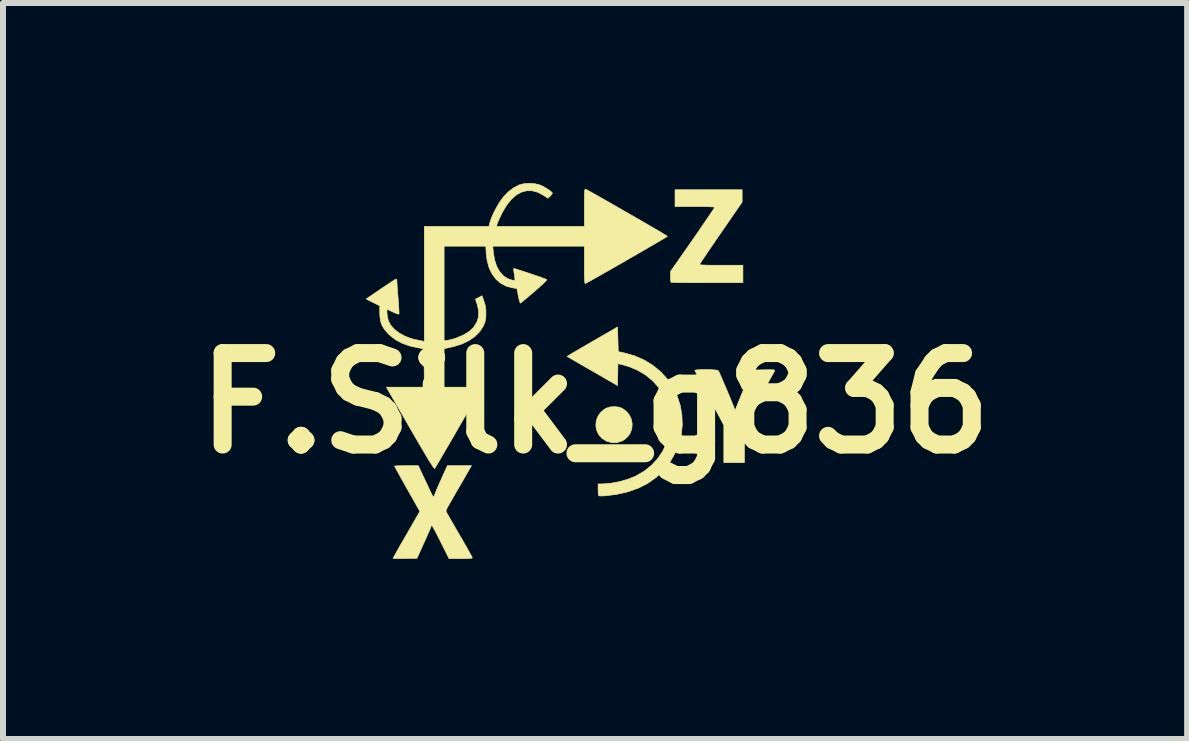
<source format=kicad_pcb>
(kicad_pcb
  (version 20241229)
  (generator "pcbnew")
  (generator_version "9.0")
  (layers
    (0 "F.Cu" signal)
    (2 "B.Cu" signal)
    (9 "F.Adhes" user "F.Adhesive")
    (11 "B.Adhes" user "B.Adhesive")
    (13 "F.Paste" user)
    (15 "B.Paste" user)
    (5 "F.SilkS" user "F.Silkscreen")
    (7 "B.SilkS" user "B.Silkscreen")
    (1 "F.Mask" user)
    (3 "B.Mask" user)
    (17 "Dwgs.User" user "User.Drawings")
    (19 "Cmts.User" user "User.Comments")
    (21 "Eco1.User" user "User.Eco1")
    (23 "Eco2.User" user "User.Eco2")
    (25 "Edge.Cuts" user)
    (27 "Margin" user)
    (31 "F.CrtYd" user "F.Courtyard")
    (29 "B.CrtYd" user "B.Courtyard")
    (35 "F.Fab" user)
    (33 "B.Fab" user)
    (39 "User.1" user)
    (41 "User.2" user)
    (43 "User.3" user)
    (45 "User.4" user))
  (footprint "F.Silk_g836"
    (layer "F.Cu")
    (at 6.865 3.668)
    (property "Reference" "F.Silk_g836" (at 0 0 0) (layer "F.SilkS") (effects (font (size 1.524 1.524) (thickness 0.3))))
    (attr through_hole)
    (fp_poly (pts (xy 0.39 0.064) (xy 0.451 0.085) (xy 0.521 0.135) (xy 0.572 0.197) (xy 0.605 0.267) (xy 0.619 0.342) (xy 0.614 0.418) (xy 0.591 0.49) (xy 0.548 0.555) (xy 0.487 0.609) (xy 0.454 0.628) (xy 0.37 0.656) (xy 0.286 0.659) (xy 0.201 0.637) (xy 0.18 0.627) (xy 0.11 0.58) (xy 0.058 0.519) (xy 0.026 0.45) (xy 0.013 0.376) (xy 0.019 0.3) (xy 0.044 0.227) (xy 0.087 0.161) (xy 0.15 0.105) (xy 0.183 0.085) (xy 0.246 0.064) (xy 0.318 0.057) (xy 0.39 0.064)) (stroke (width 0.01) (type solid)) (fill yes) (layer "F.SilkS"))
    (fp_poly (pts (xy 2.451 -3.351) (xy 2.101 -2.843) (xy 2.031 -2.742) (xy 1.966 -2.646) (xy 1.906 -2.559) (xy 1.854 -2.482) (xy 1.81 -2.417) (xy 1.776 -2.366) (xy 1.754 -2.333) (xy 1.744 -2.317) (xy 1.744 -2.317) (xy 1.745 -2.312) (xy 1.754 -2.307) (xy 1.773 -2.304) (xy 1.806 -2.302) (xy 1.854 -2.3) (xy 1.92 -2.299) (xy 2.007 -2.299) (xy 2.1 -2.299) (xy 2.464 -2.299) (xy 2.464 -2.007) (xy 1.869 -2.007) (xy 1.748 -2.007) (xy 1.636 -2.007) (xy 1.533 -2.008) (xy 1.444 -2.009) (xy 1.37 -2.01) (xy 1.314 -2.012) (xy 1.278 -2.013) (xy 1.266 -2.015) (xy 1.261 -2.031) (xy 1.258 -2.065) (xy 1.257 -2.108) (xy 1.257 -2.193) (xy 1.626 -2.722) (xy 1.697 -2.825) (xy 1.764 -2.923) (xy 1.825 -3.012) (xy 1.879 -3.09) (xy 1.924 -3.157) (xy 1.959 -3.209) (xy 1.983 -3.245) (xy 1.993 -3.263) (xy 1.994 -3.264) (xy 1.981 -3.268) (xy 1.945 -3.271) (xy 1.887 -3.274) (xy 1.808 -3.276) (xy 1.71 -3.277) (xy 1.664 -3.277) (xy 1.333 -3.277) (xy 1.333 -3.556) (xy 2.451 -3.556) (xy 2.451 -3.351)) (stroke (width 0.01) (type solid)) (fill yes) (layer "F.SilkS"))
    (fp_poly (pts (xy 1.871 -0.559) (xy 1.93 -0.558) (xy 1.983 -0.555) (xy 2.025 -0.551) (xy 2.05 -0.545) (xy 2.054 -0.543) (xy 2.062 -0.527) (xy 2.079 -0.491) (xy 2.102 -0.439) (xy 2.129 -0.376) (xy 2.16 -0.304) (xy 2.193 -0.227) (xy 2.225 -0.15) (xy 2.256 -0.076) (xy 2.283 -0.008) (xy 2.297 0.025) (xy 2.334 0.121) (xy 2.349 0.083) (xy 2.37 0.03) (xy 2.398 -0.041) (xy 2.431 -0.122) (xy 2.467 -0.209) (xy 2.502 -0.295) (xy 2.536 -0.375) (xy 2.544 -0.394) (xy 2.611 -0.552) (xy 2.806 -0.556) (xy 2.88 -0.557) (xy 2.932 -0.557) (xy 2.966 -0.556) (xy 2.985 -0.553) (xy 2.993 -0.547) (xy 2.993 -0.54) (xy 2.992 -0.538) (xy 2.984 -0.523) (xy 2.965 -0.488) (xy 2.936 -0.436) (xy 2.899 -0.369) (xy 2.855 -0.29) (xy 2.806 -0.202) (xy 2.752 -0.107) (xy 2.737 -0.08) (xy 2.489 0.358) (xy 2.489 0.991) (xy 2.146 0.991) (xy 2.146 0.367) (xy 1.905 -0.084) (xy 1.852 -0.182) (xy 1.804 -0.274) (xy 1.76 -0.356) (xy 1.723 -0.427) (xy 1.694 -0.483) (xy 1.674 -0.523) (xy 1.664 -0.544) (xy 1.664 -0.546) (xy 1.675 -0.552) (xy 1.707 -0.556) (xy 1.754 -0.558) (xy 1.81 -0.559) (xy 1.871 -0.559)) (stroke (width 0.01) (type solid)) (fill yes) (layer "F.SilkS"))
    (fp_poly (pts (xy 0.387 -0.859) (xy 0.489 -0.837) (xy 0.66 -0.789) (xy 0.819 -0.719) (xy 0.963 -0.631) (xy 1.091 -0.526) (xy 1.202 -0.405) (xy 1.295 -0.269) (xy 1.368 -0.12) (xy 1.42 0.04) (xy 1.447 0.194) (xy 1.454 0.36) (xy 1.438 0.52) (xy 1.397 0.678) (xy 1.333 0.834) (xy 1.246 0.986) (xy 1.141 1.12) (xy 1.018 1.237) (xy 0.878 1.336) (xy 0.72 1.416) (xy 0.545 1.478) (xy 0.354 1.521) (xy 0.171 1.543) (xy 0.123 1.546) (xy 0.084 1.546) (xy 0.062 1.543) (xy 0.06 1.542) (xy 0.056 1.525) (xy 0.052 1.491) (xy 0.051 1.445) (xy 0.051 1.439) (xy 0.051 1.346) (xy 0.111 1.346) (xy 0.256 1.335) (xy 0.406 1.308) (xy 0.554 1.265) (xy 0.681 1.213) (xy 0.82 1.132) (xy 0.941 1.035) (xy 1.044 0.924) (xy 1.128 0.8) (xy 1.191 0.666) (xy 1.233 0.524) (xy 1.253 0.376) (xy 1.249 0.225) (xy 1.222 0.072) (xy 1.2 -0.002) (xy 1.141 -0.137) (xy 1.061 -0.261) (xy 0.961 -0.372) (xy 0.844 -0.469) (xy 0.711 -0.548) (xy 0.564 -0.61) (xy 0.454 -0.641) (xy 0.382 -0.658) (xy 0.378 -0.476) (xy 0.375 -0.293) (xy -0.044 -0.535) (xy -0.138 -0.589) (xy -0.225 -0.639) (xy -0.302 -0.684) (xy -0.367 -0.721) (xy -0.417 -0.751) (xy -0.451 -0.771) (xy -0.466 -0.779) (xy -0.466 -0.779) (xy -0.456 -0.786) (xy -0.426 -0.804) (xy -0.38 -0.832) (xy -0.318 -0.868) (xy -0.243 -0.912) (xy -0.159 -0.961) (xy -0.066 -1.015) (xy -0.047 -1.026) (xy 0.375 -1.27) (xy 0.387 -0.859)) (stroke (width 0.01) (type solid)) (fill yes) (layer "F.SilkS"))
    (fp_poly (pts (xy -2.881 1.178) (xy -2.847 1.25) (xy -2.808 1.332) (xy -2.772 1.41) (xy -2.755 1.447) (xy -2.728 1.503) (xy -2.71 1.539) (xy -2.698 1.558) (xy -2.69 1.561) (xy -2.684 1.554) (xy -2.682 1.549) (xy -2.64 1.443) (xy -2.587 1.321) (xy -2.533 1.201) (xy -2.46 1.041) (xy -2.059 1.041) (xy -2.218 1.318) (xy -2.266 1.4) (xy -2.313 1.481) (xy -2.356 1.556) (xy -2.393 1.621) (xy -2.422 1.671) (xy -2.434 1.692) (xy -2.461 1.74) (xy -2.477 1.772) (xy -2.482 1.794) (xy -2.479 1.811) (xy -2.475 1.819) (xy -2.465 1.837) (xy -2.444 1.873) (xy -2.414 1.927) (xy -2.375 1.993) (xy -2.331 2.07) (xy -2.282 2.155) (xy -2.252 2.206) (xy -2.202 2.292) (xy -2.156 2.372) (xy -2.116 2.443) (xy -2.084 2.501) (xy -2.06 2.545) (xy -2.047 2.571) (xy -2.045 2.577) (xy -2.056 2.583) (xy -2.092 2.587) (xy -2.151 2.59) (xy -2.236 2.591) (xy -2.239 2.591) (xy -2.432 2.591) (xy -2.572 2.311) (xy -2.619 2.218) (xy -2.656 2.146) (xy -2.684 2.093) (xy -2.705 2.058) (xy -2.719 2.039) (xy -2.727 2.034) (xy -2.73 2.042) (xy -2.731 2.048) (xy -2.736 2.064) (xy -2.75 2.099) (xy -2.772 2.15) (xy -2.8 2.214) (xy -2.832 2.287) (xy -2.849 2.324) (xy -2.967 2.584) (xy -3.166 2.588) (xy -3.234 2.589) (xy -3.292 2.589) (xy -3.336 2.588) (xy -3.361 2.586) (xy -3.365 2.585) (xy -3.359 2.572) (xy -3.342 2.541) (xy -3.315 2.492) (xy -3.279 2.429) (xy -3.237 2.354) (xy -3.188 2.27) (xy -3.142 2.19) (xy -2.919 1.802) (xy -3.13 1.43) (xy -3.18 1.341) (xy -3.225 1.26) (xy -3.265 1.188) (xy -3.298 1.128) (xy -3.323 1.084) (xy -3.337 1.057) (xy -3.34 1.049) (xy -3.328 1.047) (xy -3.295 1.044) (xy -3.245 1.043) (xy -3.183 1.042) (xy -3.143 1.041) (xy -2.945 1.041) (xy -2.881 1.178)) (stroke (width 0.01) (type solid)) (fill yes) (layer "F.SilkS"))
    (fp_poly (pts (xy -1.011 -3.658) (xy -0.936 -3.642) (xy -0.93 -3.64) (xy -0.888 -3.623) (xy -0.84 -3.598) (xy -0.794 -3.57) (xy -0.753 -3.542) (xy -0.724 -3.518) (xy -0.711 -3.501) (xy -0.711 -3.5) (xy -0.72 -3.482) (xy -0.741 -3.456) (xy -0.748 -3.449) (xy -0.785 -3.414) (xy -0.854 -3.46) (xy -0.95 -3.512) (xy -1.045 -3.539) (xy -1.137 -3.54) (xy -1.226 -3.517) (xy -1.311 -3.47) (xy -1.393 -3.398) (xy -1.47 -3.303) (xy -1.542 -3.184) (xy -1.562 -3.143) (xy -1.588 -3.088) (xy -1.611 -3.038) (xy -1.627 -2.999) (xy -1.633 -2.981) (xy -1.641 -2.946) (xy -0.178 -2.946) (xy -0.178 -3.258) (xy -0.178 -3.356) (xy -0.177 -3.431) (xy -0.176 -3.487) (xy -0.174 -3.525) (xy -0.171 -3.549) (xy -0.167 -3.562) (xy -0.161 -3.567) (xy -0.158 -3.566) (xy -0.144 -3.56) (xy -0.11 -3.541) (xy -0.06 -3.513) (xy 0.006 -3.476) (xy 0.084 -3.432) (xy 0.172 -3.382) (xy 0.268 -3.327) (xy 0.37 -3.269) (xy 0.475 -3.208) (xy 0.581 -3.147) (xy 0.686 -3.087) (xy 0.788 -3.028) (xy 0.883 -2.973) (xy 0.971 -2.922) (xy 1.048 -2.877) (xy 1.112 -2.839) (xy 1.161 -2.809) (xy 1.193 -2.79) (xy 1.206 -2.781) (xy 1.206 -2.781) (xy 1.195 -2.774) (xy 1.165 -2.755) (xy 1.117 -2.726) (xy 1.054 -2.689) (xy 0.978 -2.644) (xy 0.891 -2.594) (xy 0.796 -2.539) (xy 0.695 -2.48) (xy 0.59 -2.42) (xy 0.484 -2.359) (xy 0.378 -2.298) (xy 0.276 -2.239) (xy 0.179 -2.184) (xy 0.089 -2.133) (xy 0.01 -2.088) (xy -0.057 -2.051) (xy -0.11 -2.022) (xy -0.146 -2.002) (xy -0.162 -1.994) (xy -0.163 -1.994) (xy -0.168 -2.002) (xy -0.172 -2.027) (xy -0.175 -2.071) (xy -0.177 -2.136) (xy -0.178 -2.223) (xy -0.178 -2.305) (xy -0.178 -2.616) (xy -1.704 -2.616) (xy -1.695 -2.518) (xy -1.675 -2.392) (xy -1.64 -2.283) (xy -1.59 -2.193) (xy -1.527 -2.123) (xy -1.496 -2.1) (xy -1.455 -2.077) (xy -1.411 -2.059) (xy -1.371 -2.048) (xy -1.344 -2.047) (xy -1.337 -2.05) (xy -1.335 -2.065) (xy -1.338 -2.098) (xy -1.345 -2.143) (xy -1.345 -2.147) (xy -1.352 -2.192) (xy -1.356 -2.227) (xy -1.355 -2.244) (xy -1.354 -2.244) (xy -1.341 -2.242) (xy -1.308 -2.232) (xy -1.26 -2.217) (xy -1.2 -2.198) (xy -1.133 -2.176) (xy -1.062 -2.152) (xy -0.992 -2.128) (xy -0.928 -2.106) (xy -0.872 -2.086) (xy -0.83 -2.07) (xy -0.806 -2.06) (xy -0.804 -2.059) (xy -0.808 -2.048) (xy -0.831 -2.024) (xy -0.87 -1.986) (xy -0.924 -1.937) (xy -0.991 -1.878) (xy -1.011 -1.86) (xy -1.075 -1.806) (xy -1.133 -1.757) (xy -1.181 -1.717) (xy -1.218 -1.687) (xy -1.239 -1.67) (xy -1.244 -1.666) (xy -1.25 -1.676) (xy -1.26 -1.706) (xy -1.271 -1.751) (xy -1.278 -1.787) (xy -1.302 -1.911) (xy -1.371 -1.921) (xy -1.477 -1.948) (xy -1.57 -1.997) (xy -1.65 -2.065) (xy -1.715 -2.152) (xy -1.765 -2.256) (xy -1.798 -2.375) (xy -1.813 -2.492) (xy -1.82 -2.616) (xy -2.515 -2.616) (xy -2.515 -1.039) (xy -2.457 -1.047) (xy -2.416 -1.056) (xy -2.362 -1.07) (xy -2.309 -1.087) (xy -2.192 -1.136) (xy -2.096 -1.196) (xy -2.022 -1.266) (xy -1.971 -1.346) (xy -1.943 -1.433) (xy -1.939 -1.529) (xy -1.959 -1.631) (xy -1.967 -1.656) (xy -1.981 -1.696) (xy -1.989 -1.724) (xy -1.991 -1.734) (xy -1.979 -1.741) (xy -1.951 -1.755) (xy -1.935 -1.763) (xy -1.883 -1.79) (xy -1.863 -1.736) (xy -1.833 -1.642) (xy -1.819 -1.554) (xy -1.818 -1.464) (xy -1.823 -1.402) (xy -1.834 -1.351) (xy -1.855 -1.299) (xy -1.864 -1.28) (xy -1.922 -1.191) (xy -2.001 -1.112) (xy -2.1 -1.043) (xy -2.217 -0.987) (xy -2.349 -0.945) (xy -2.387 -0.936) (xy -2.515 -0.908) (xy -2.515 -0.587) (xy -2.515 -0.267) (xy -2.203 -0.267) (xy -2.118 -0.266) (xy -2.041 -0.266) (xy -1.976 -0.265) (xy -1.928 -0.263) (xy -1.899 -0.261) (xy -1.892 -0.26) (xy -1.898 -0.248) (xy -1.916 -0.216) (xy -1.944 -0.167) (xy -1.98 -0.102) (xy -2.024 -0.025) (xy -2.074 0.062) (xy -2.129 0.157) (xy -2.187 0.258) (xy -2.248 0.363) (xy -2.309 0.469) (xy -2.369 0.573) (xy -2.428 0.674) (xy -2.483 0.769) (xy -2.534 0.856) (xy -2.579 0.933) (xy -2.616 0.997) (xy -2.645 1.045) (xy -2.664 1.077) (xy -2.672 1.088) (xy -2.678 1.086) (xy -2.691 1.071) (xy -2.711 1.043) (xy -2.738 1) (xy -2.775 0.942) (xy -2.82 0.866) (xy -2.875 0.773) (xy -2.941 0.661) (xy -3.018 0.528) (xy -3.082 0.418) (xy -3.477 -0.267) (xy -2.844 -0.267) (xy -2.851 -0.906) (xy -2.941 -0.921) (xy -3.086 -0.953) (xy -3.211 -0.997) (xy -3.319 -1.054) (xy -3.414 -1.127) (xy -3.443 -1.154) (xy -3.504 -1.223) (xy -3.547 -1.29) (xy -3.573 -1.363) (xy -3.585 -1.447) (xy -3.587 -1.507) (xy -3.587 -1.623) (xy -3.701 -1.679) (xy -3.814 -1.736) (xy -3.578 -1.897) (xy -3.509 -1.944) (xy -3.445 -1.986) (xy -3.392 -2.021) (xy -3.351 -2.048) (xy -3.327 -2.063) (xy -3.322 -2.065) (xy -3.307 -2.065) (xy -3.302 -2.044) (xy -3.302 -2.037) (xy -3.301 -2.014) (xy -3.298 -1.969) (xy -3.294 -1.909) (xy -3.289 -1.837) (xy -3.282 -1.759) (xy -3.282 -1.755) (xy -3.276 -1.678) (xy -3.271 -1.609) (xy -3.268 -1.552) (xy -3.266 -1.511) (xy -3.266 -1.492) (xy -3.266 -1.491) (xy -3.273 -1.484) (xy -3.292 -1.487) (xy -3.326 -1.5) (xy -3.363 -1.517) (xy -3.407 -1.538) (xy -3.441 -1.554) (xy -3.46 -1.562) (xy -3.462 -1.562) (xy -3.467 -1.551) (xy -3.468 -1.522) (xy -3.465 -1.481) (xy -3.459 -1.436) (xy -3.449 -1.393) (xy -3.441 -1.367) (xy -3.402 -1.296) (xy -3.341 -1.229) (xy -3.262 -1.168) (xy -3.169 -1.117) (xy -3.066 -1.077) (xy -2.998 -1.06) (xy -2.948 -1.05) (xy -2.904 -1.04) (xy -2.876 -1.035) (xy -2.873 -1.034) (xy -2.845 -1.028) (xy -2.845 -2.946) (xy -1.769 -2.946) (xy -1.749 -3.02) (xy -1.723 -3.095) (xy -1.684 -3.182) (xy -1.637 -3.27) (xy -1.587 -3.354) (xy -1.537 -3.423) (xy -1.528 -3.435) (xy -1.445 -3.521) (xy -1.356 -3.589) (xy -1.266 -3.636) (xy -1.251 -3.641) (xy -1.179 -3.658) (xy -1.096 -3.663) (xy -1.011 -3.658)) (stroke (width 0.01) (type solid)) (fill yes) (layer "F.SilkS")))
  (gr_rect
    (start -3 -3)
    (end 16.731 9.264)
    (stroke (width 0.1) (type default))
    (fill no)
    (layer "Edge.Cuts")))
</source>
